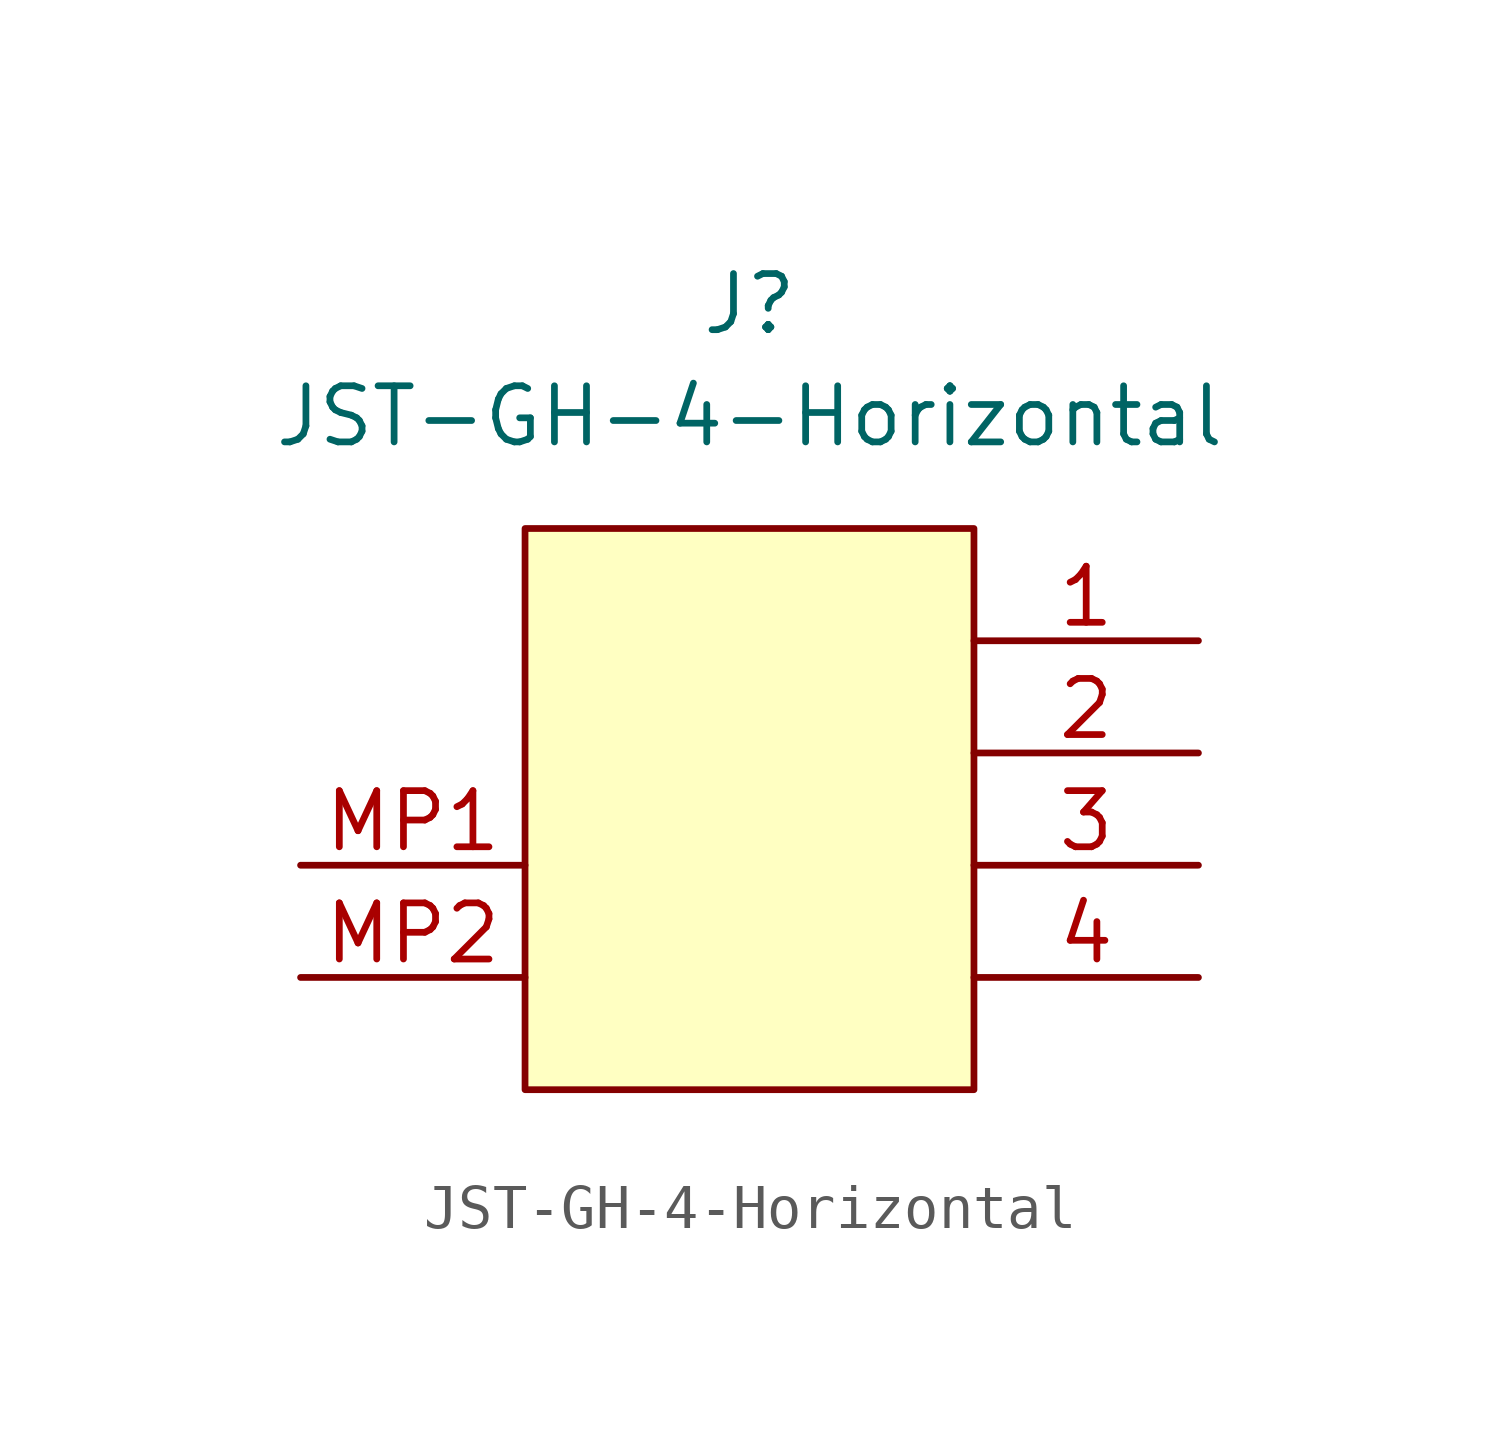
<source format=kicad_sym>
(kicad_symbol_lib
  (version 20241209)
  (generator "kicad_symbol_editor")
  (generator_version "9.0")
  (symbol "JST-GH-4-Horizontal"
    (pin_names
      (hide yes))
    (property "Reference" "J"
      (at 0 5.08 0)
      (effects (font (size 1.27 1.27))))
    (property "Value" "JST-GH-4-Horizontal"
      (at 0 2.54 0)
      (effects (font (size 1.27 1.27))))
    (symbol "JST-GH-4-Horizontal_1_1"
      (rectangle (start -5.08 0) (end 5.08 -12.7) (stroke (width 0) (type solid)) (fill (type background)))
      (pin passive line (at -10.16 -7.62 0) (length 5.08) (name "" (effects (font (size 1.27 1.27)))) (number "MP1" (effects (font (size 1.27 1.27)))))
      (pin passive line (at -10.16 -10.16 0) (length 5.08) (name "" (effects (font (size 1.27 1.27)))) (number "MP2" (effects (font (size 1.27 1.27)))))
      (pin passive line (at 10.16 -2.54 180) (length 5.08) (name "" (effects (font (size 1.27 1.27)))) (number "1" (effects (font (size 1.27 1.27)))))
      (pin passive line (at 10.16 -5.08 180) (length 5.08) (name "" (effects (font (size 1.27 1.27)))) (number "2" (effects (font (size 1.27 1.27)))))
      (pin passive line (at 10.16 -7.62 180) (length 5.08) (name "" (effects (font (size 1.27 1.27)))) (number "3" (effects (font (size 1.27 1.27)))))
      (pin passive line (at 10.16 -10.16 180) (length 5.08) (name "" (effects (font (size 1.27 1.27)))) (number "4" (effects (font (size 1.27 1.27))))))))
</source>
